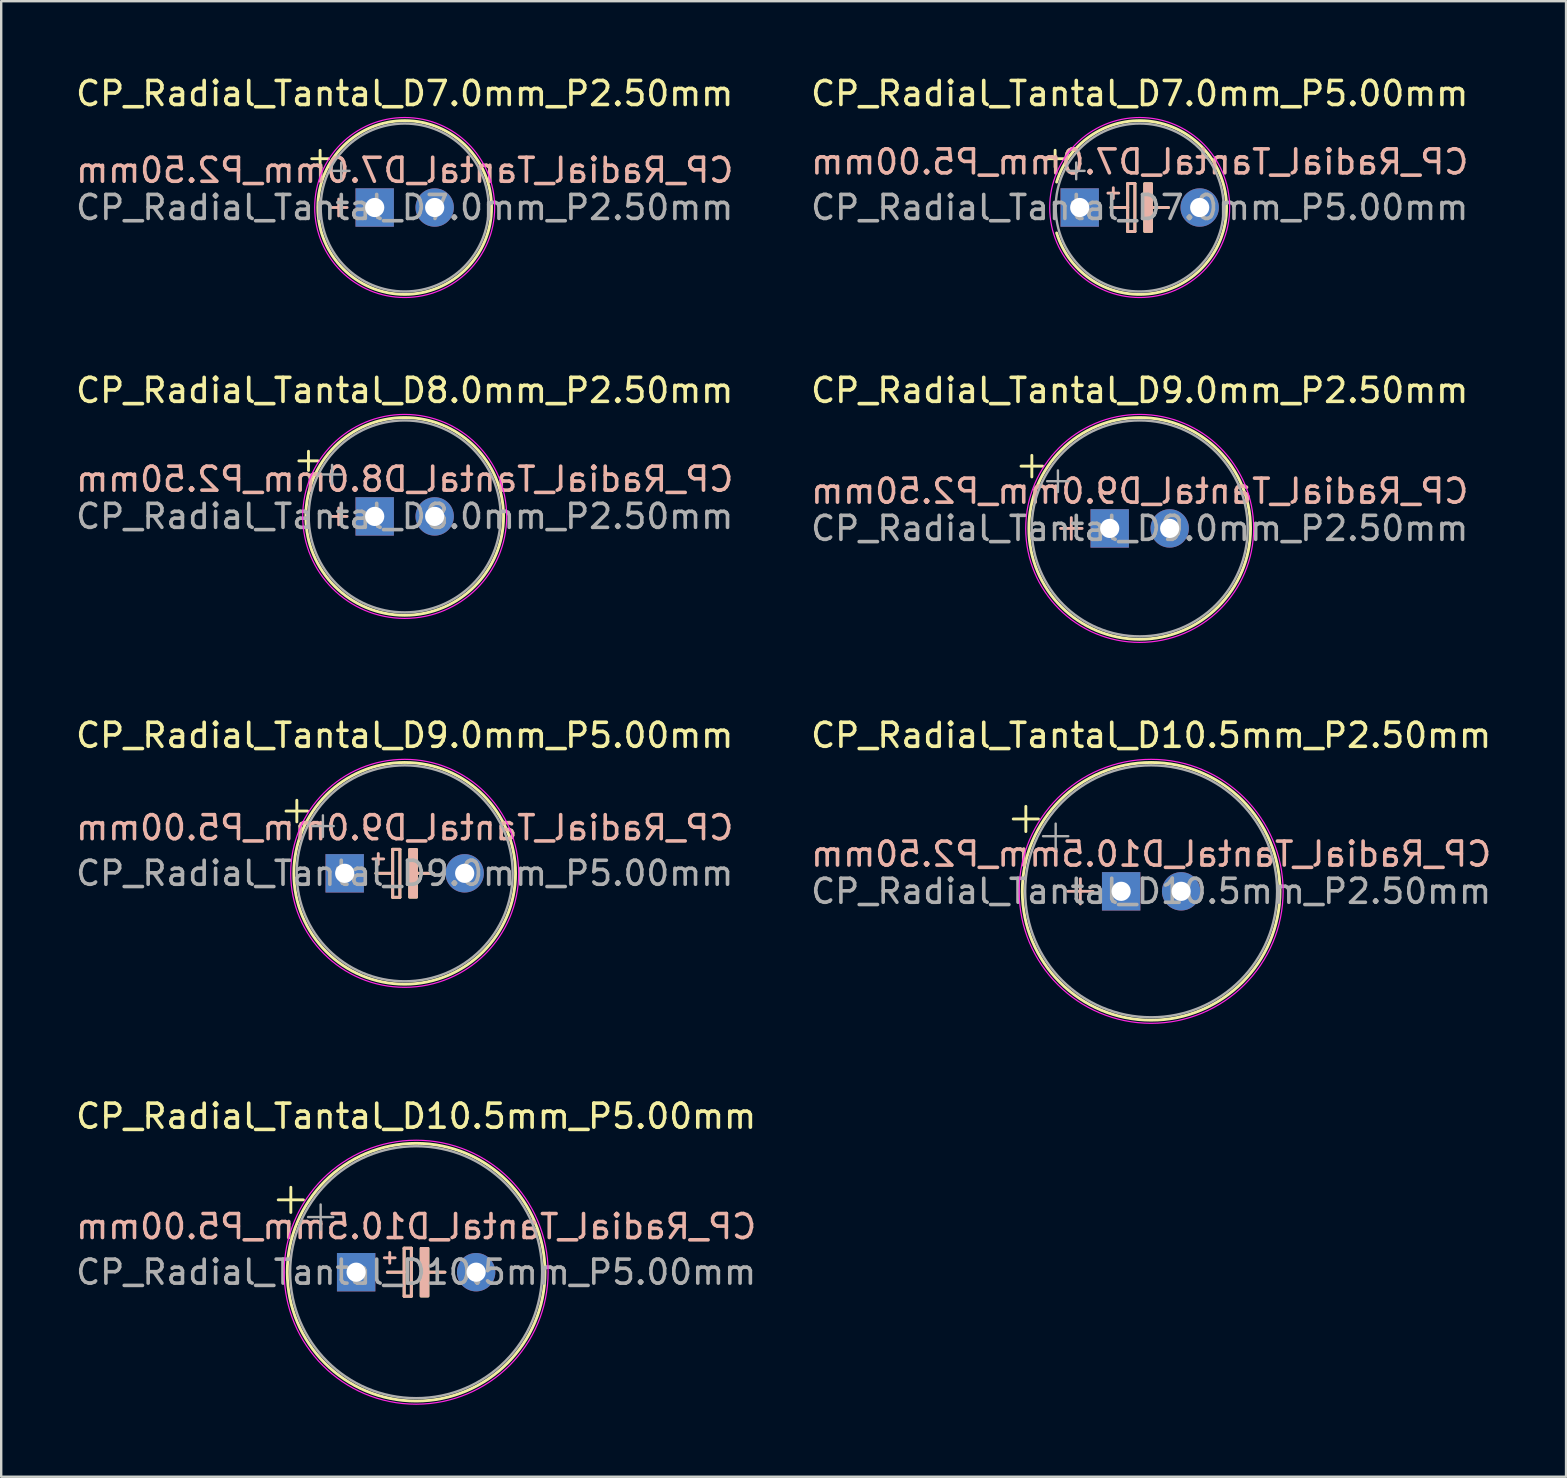
<source format=kicad_pcb>
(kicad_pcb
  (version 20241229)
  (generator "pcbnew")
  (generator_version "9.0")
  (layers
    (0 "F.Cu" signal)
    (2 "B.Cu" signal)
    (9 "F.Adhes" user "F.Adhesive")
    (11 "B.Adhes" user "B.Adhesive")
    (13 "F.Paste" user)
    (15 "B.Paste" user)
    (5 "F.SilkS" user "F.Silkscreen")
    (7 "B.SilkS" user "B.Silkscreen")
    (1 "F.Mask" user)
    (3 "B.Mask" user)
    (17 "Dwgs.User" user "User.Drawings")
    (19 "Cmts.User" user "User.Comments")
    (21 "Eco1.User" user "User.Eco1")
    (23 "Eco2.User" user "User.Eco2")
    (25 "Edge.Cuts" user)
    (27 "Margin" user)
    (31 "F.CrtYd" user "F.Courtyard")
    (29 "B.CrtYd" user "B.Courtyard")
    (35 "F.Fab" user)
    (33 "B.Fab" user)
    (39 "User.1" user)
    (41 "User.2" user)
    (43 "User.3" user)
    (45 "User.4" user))
  (footprint "CP_Radial_Tantal_D10.5mm_P2.50mm"
    (layer "F.Cu")
    (at 43.673 34.095)
    (property "Reference" "CP_Radial_Tantal_D10.5mm_P2.50mm" (at 1.25 -6.5 0) (layer "F.SilkS") (effects (font (size 1 1) (thickness 0.15))))
    (fp_line (start -4.497 -3.015) (end -3.447 -3.015) (stroke (width 0.12) (type solid)) (layer "F.SilkS"))
    (fp_line (start -3.972 -3.54) (end -3.972 -2.49) (stroke (width 0.12) (type solid)) (layer "F.SilkS"))
    (fp_circle (center 1.25 0) (end 6.62 0) (stroke (width 0.12) (type solid)) (fill no) (layer "F.SilkS"))
    (fp_line (start -1.7 -0.525) (end -1.7 0.525) (stroke (width 0.12) (type solid)) (layer "B.SilkS"))
    (fp_line (start -1.175 0) (end -2.225 0) (stroke (width 0.12) (type solid)) (layer "B.SilkS"))
    (fp_circle (center 1.25 0) (end 6.75 0) (stroke (width 0.05) (type solid)) (fill no) (layer "F.CrtYd"))
    (fp_line (start -3.254 -2.297) (end -2.204 -2.297) (stroke (width 0.1) (type solid)) (layer "F.Fab"))
    (fp_line (start -2.729 -2.822) (end -2.729 -1.772) (stroke (width 0.1) (type solid)) (layer "F.Fab"))
    (fp_circle (center 1.25 0) (end 6.5 0) (stroke (width 0.1) (type solid)) (fill no) (layer "F.Fab"))
    (fp_text user "${REFERENCE}" (at 1.25 -1.55 0) (layer "B.SilkS") (effects (font (size 1 1) (thickness 0.15)) (justify mirror)))
    (fp_text user "${REFERENCE}" (at 1.25 0 0) (layer "F.Fab") (effects (font (size 1 1) (thickness 0.15))))
    (pad "1" thru_hole rect (at 0 0) (size 1.6 1.6) (drill 0.8) (layers "*.Cu" "*.Mask"))
    (pad "2" thru_hole circle (at 2.5 0) (size 1.6 1.6) (drill 0.8) (layers "*.Cu" "*.Mask")))
  (footprint "CP_Radial_Tantal_D7.0mm_P2.50mm"
    (layer "F.Cu")
    (at 12.565 5.598)
    (property "Reference" "CP_Radial_Tantal_D7.0mm_P2.50mm" (at 1.25 -4.75 0) (layer "F.SilkS") (effects (font (size 1 1) (thickness 0.15))))
    (fp_line (start -2.625 -2.035) (end -1.925 -2.035) (stroke (width 0.12) (type solid)) (layer "F.SilkS"))
    (fp_line (start -2.275 -2.385) (end -2.275 -1.685) (stroke (width 0.12) (type solid)) (layer "F.SilkS"))
    (fp_circle (center 1.25 0) (end 4.87 0) (stroke (width 0.12) (type solid)) (fill no) (layer "F.SilkS"))
    (fp_line (start -1.5 -0.35) (end -1.5 0.35) (stroke (width 0.12) (type solid)) (layer "B.SilkS"))
    (fp_line (start -1.15 0) (end -1.85 0) (stroke (width 0.12) (type solid)) (layer "B.SilkS"))
    (fp_circle (center 1.25 0) (end 5 0) (stroke (width 0.05) (type solid)) (fill no) (layer "F.CrtYd"))
    (fp_line (start -1.746 -1.528) (end -1.046 -1.528) (stroke (width 0.1) (type solid)) (layer "F.Fab"))
    (fp_line (start -1.396 -1.877) (end -1.396 -1.177) (stroke (width 0.1) (type solid)) (layer "F.Fab"))
    (fp_circle (center 1.25 0) (end 4.75 0) (stroke (width 0.1) (type solid)) (fill no) (layer "F.Fab"))
    (fp_text user "${REFERENCE}" (at 1.25 -1.55 0) (layer "B.SilkS") (effects (font (size 1 1) (thickness 0.15)) (justify mirror)))
    (fp_text user "${REFERENCE}" (at 1.25 0 0) (layer "F.Fab") (effects (font (size 1 1) (thickness 0.15))))
    (pad "1" thru_hole rect (at 0 0) (size 1.6 1.6) (drill 0.8) (layers "*.Cu" "*.Mask"))
    (pad "2" thru_hole circle (at 2.5 0) (size 1.6 1.6) (drill 0.8) (layers "*.Cu" "*.Mask")))
  (footprint "CP_Radial_Tantal_D8.0mm_P2.50mm"
    (layer "F.Cu")
    (at 12.565 18.471)
    (property "Reference" "CP_Radial_Tantal_D8.0mm_P2.50mm" (at 1.25 -5.25 0) (layer "F.SilkS") (effects (font (size 1 1) (thickness 0.15))))
    (fp_line (start -3.16 -2.315) (end -2.36 -2.315) (stroke (width 0.12) (type solid)) (layer "F.SilkS"))
    (fp_line (start -2.76 -2.715) (end -2.76 -1.915) (stroke (width 0.12) (type solid)) (layer "F.SilkS"))
    (fp_circle (center 1.25 0) (end 5.37 0) (stroke (width 0.12) (type solid)) (fill no) (layer "F.SilkS"))
    (fp_line (start -1.5 -0.35) (end -1.5 0.35) (stroke (width 0.12) (type solid)) (layer "B.SilkS"))
    (fp_line (start -1.15 0) (end -1.85 0) (stroke (width 0.12) (type solid)) (layer "B.SilkS"))
    (fp_circle (center 1.25 0) (end 5.5 0) (stroke (width 0.05) (type solid)) (fill no) (layer "F.CrtYd"))
    (fp_line (start -2.177 -1.748) (end -1.377 -1.748) (stroke (width 0.1) (type solid)) (layer "F.Fab"))
    (fp_line (start -1.777 -2.147) (end -1.777 -1.347) (stroke (width 0.1) (type solid)) (layer "F.Fab"))
    (fp_circle (center 1.25 0) (end 5.25 0) (stroke (width 0.1) (type solid)) (fill no) (layer "F.Fab"))
    (fp_text user "${REFERENCE}" (at 1.25 -1.55 0) (layer "B.SilkS") (effects (font (size 1 1) (thickness 0.15)) (justify mirror)))
    (fp_text user "${REFERENCE}" (at 1.25 0 0) (layer "F.Fab") (effects (font (size 1 1) (thickness 0.15))))
    (pad "1" thru_hole rect (at 0 0) (size 1.6 1.6) (drill 0.8) (layers "*.Cu" "*.Mask"))
    (pad "2" thru_hole circle (at 2.5 0) (size 1.6 1.6) (drill 0.8) (layers "*.Cu" "*.Mask")))
  (footprint "CP_Radial_Tantal_D7.0mm_P5.00mm"
    (layer "F.Cu")
    (at 41.946 5.598)
    (property "Reference" "CP_Radial_Tantal_D7.0mm_P5.00mm" (at 2.5 -4.75 0) (layer "F.SilkS") (effects (font (size 1 1) (thickness 0.15))))
    (fp_line (start -1.375 -2.035) (end -0.675 -2.035) (stroke (width 0.12) (type solid)) (layer "F.SilkS"))
    (fp_line (start -1.025 -2.385) (end -1.025 -1.685) (stroke (width 0.12) (type solid)) (layer "F.SilkS"))
    (fp_line (start 1.3 0) (end 2 0) (stroke (width 0.12) (type solid)) (layer "F.SilkS"))
    (fp_line (start 2 -1) (end 2.3 -1) (stroke (width 0.12) (type solid)) (layer "F.SilkS"))
    (fp_line (start 2 1) (end 2 -1) (stroke (width 0.12) (type solid)) (layer "F.SilkS"))
    (fp_line (start 2.3 -1) (end 2.3 1) (stroke (width 0.12) (type solid)) (layer "F.SilkS"))
    (fp_line (start 2.3 1) (end 2 1) (stroke (width 0.12) (type solid)) (layer "F.SilkS"))
    (fp_line (start 3.7 0) (end 3 0) (stroke (width 0.12) (type solid)) (layer "F.SilkS"))
    (fp_arc (start -0.961329 -1.06) (mid 6.12 0) (end -0.961329 1.06) (stroke (width 0.12) (type solid)) (layer "F.SilkS"))
    (fp_poly (pts (xy 3 1) (xy 2.7 1) (xy 2.7 -1) (xy 3 -1)) (stroke (width 0.1) (type solid)) (fill yes) (layer "F.SilkS"))
    (fp_line (start 1.3 0) (end 2 0) (stroke (width 0.12) (type solid)) (layer "B.SilkS"))
    (fp_line (start 1.4 -0.825) (end 1.4 -0.375) (stroke (width 0.12) (type solid)) (layer "B.SilkS"))
    (fp_line (start 1.625 -0.6) (end 1.175 -0.6) (stroke (width 0.12) (type solid)) (layer "B.SilkS"))
    (fp_line (start 2 -1) (end 2.3 -1) (stroke (width 0.12) (type solid)) (layer "B.SilkS"))
    (fp_line (start 2 1) (end 2 -1) (stroke (width 0.12) (type solid)) (layer "B.SilkS"))
    (fp_line (start 2.3 -1) (end 2.3 1) (stroke (width 0.12) (type solid)) (layer "B.SilkS"))
    (fp_line (start 2.3 1) (end 2 1) (stroke (width 0.12) (type solid)) (layer "B.SilkS"))
    (fp_line (start 3.7 0) (end 3 0) (stroke (width 0.12) (type solid)) (layer "B.SilkS"))
    (fp_poly (pts (xy 3 1) (xy 2.7 1) (xy 2.7 -1) (xy 3 -1)) (stroke (width 0.1) (type solid)) (fill yes) (layer "B.SilkS"))
    (fp_circle (center 2.5 0) (end 6.25 0) (stroke (width 0.05) (type solid)) (fill no) (layer "F.CrtYd"))
    (fp_line (start -0.496 -1.528) (end 0.204 -1.528) (stroke (width 0.1) (type solid)) (layer "F.Fab"))
    (fp_line (start -0.146 -1.877) (end -0.146 -1.177) (stroke (width 0.1) (type solid)) (layer "F.Fab"))
    (fp_circle (center 2.5 0) (end 6 0) (stroke (width 0.1) (type solid)) (fill no) (layer "F.Fab"))
    (fp_text user "${REFERENCE}" (at 2.5 -1.9 0) (layer "B.SilkS") (effects (font (size 1 1) (thickness 0.15)) (justify mirror)))
    (fp_text user "${REFERENCE}" (at 2.5 0 0) (layer "F.Fab") (effects (font (size 1 1) (thickness 0.15))))
    (pad "1" thru_hole rect (at 0 0) (size 1.6 1.6) (drill 0.8) (layers "*.Cu" "*.Mask"))
    (pad "2" thru_hole circle (at 5 0) (size 1.6 1.6) (drill 0.8) (layers "*.Cu" "*.Mask")))
  (footprint "CP_Radial_Tantal_D10.5mm_P5.00mm"
    (layer "F.Cu")
    (at 11.792 49.968)
    (property "Reference" "CP_Radial_Tantal_D10.5mm_P5.00mm" (at 2.5 -6.5 0) (layer "F.SilkS") (effects (font (size 1 1) (thickness 0.15))))
    (fp_line (start -3.247 -3.015) (end -2.197 -3.015) (stroke (width 0.12) (type solid)) (layer "F.SilkS"))
    (fp_line (start -2.722 -3.54) (end -2.722 -2.49) (stroke (width 0.12) (type solid)) (layer "F.SilkS"))
    (fp_line (start 1.3 0) (end 2 0) (stroke (width 0.12) (type solid)) (layer "F.SilkS"))
    (fp_line (start 2 -1) (end 2.3 -1) (stroke (width 0.12) (type solid)) (layer "F.SilkS"))
    (fp_line (start 2 1) (end 2 -1) (stroke (width 0.12) (type solid)) (layer "F.SilkS"))
    (fp_line (start 2.3 -1) (end 2.3 1) (stroke (width 0.12) (type solid)) (layer "F.SilkS"))
    (fp_line (start 2.3 1) (end 2 1) (stroke (width 0.12) (type solid)) (layer "F.SilkS"))
    (fp_line (start 3.7 0) (end 3 0) (stroke (width 0.12) (type solid)) (layer "F.SilkS"))
    (fp_circle (center 2.5 0) (end 7.87 0) (stroke (width 0.12) (type solid)) (fill no) (layer "F.SilkS"))
    (fp_poly (pts (xy 3 1) (xy 2.7 1) (xy 2.7 -1) (xy 3 -1)) (stroke (width 0.1) (type solid)) (fill yes) (layer "F.SilkS"))
    (fp_line (start 1.3 0) (end 2 0) (stroke (width 0.12) (type solid)) (layer "B.SilkS"))
    (fp_line (start 1.4 -0.825) (end 1.4 -0.375) (stroke (width 0.12) (type solid)) (layer "B.SilkS"))
    (fp_line (start 1.625 -0.6) (end 1.175 -0.6) (stroke (width 0.12) (type solid)) (layer "B.SilkS"))
    (fp_line (start 2 -1) (end 2.3 -1) (stroke (width 0.12) (type solid)) (layer "B.SilkS"))
    (fp_line (start 2 1) (end 2 -1) (stroke (width 0.12) (type solid)) (layer "B.SilkS"))
    (fp_line (start 2.3 -1) (end 2.3 1) (stroke (width 0.12) (type solid)) (layer "B.SilkS"))
    (fp_line (start 2.3 1) (end 2 1) (stroke (width 0.12) (type solid)) (layer "B.SilkS"))
    (fp_line (start 3.7 0) (end 3 0) (stroke (width 0.12) (type solid)) (layer "B.SilkS"))
    (fp_poly (pts (xy 3 1) (xy 2.7 1) (xy 2.7 -1) (xy 3 -1)) (stroke (width 0.1) (type solid)) (fill yes) (layer "B.SilkS"))
    (fp_circle (center 2.5 0) (end 8 0) (stroke (width 0.05) (type solid)) (fill no) (layer "F.CrtYd"))
    (fp_line (start -2.004 -2.297) (end -0.954 -2.297) (stroke (width 0.1) (type solid)) (layer "F.Fab"))
    (fp_line (start -1.479 -2.822) (end -1.479 -1.772) (stroke (width 0.1) (type solid)) (layer "F.Fab"))
    (fp_circle (center 2.5 0) (end 7.75 0) (stroke (width 0.1) (type solid)) (fill no) (layer "F.Fab"))
    (fp_text user "${REFERENCE}" (at 2.5 -1.9 0) (layer "B.SilkS") (effects (font (size 1 1) (thickness 0.15)) (justify mirror)))
    (fp_text user "${REFERENCE}" (at 2.5 0 0) (layer "F.Fab") (effects (font (size 1 1) (thickness 0.15))))
    (pad "1" thru_hole rect (at 0 0) (size 1.6 1.6) (drill 0.8) (layers "*.Cu" "*.Mask"))
    (pad "2" thru_hole circle (at 5 0) (size 1.6 1.6) (drill 0.8) (layers "*.Cu" "*.Mask")))
  (footprint "CP_Radial_Tantal_D9.0mm_P2.50mm"
    (layer "F.Cu")
    (at 43.196 18.971)
    (property "Reference" "CP_Radial_Tantal_D9.0mm_P2.50mm" (at 1.25 -5.75 0) (layer "F.SilkS") (effects (font (size 1 1) (thickness 0.15))))
    (fp_line (start -3.695 -2.595) (end -2.795 -2.595) (stroke (width 0.12) (type solid)) (layer "F.SilkS"))
    (fp_line (start -3.245 -3.045) (end -3.245 -2.145) (stroke (width 0.12) (type solid)) (layer "F.SilkS"))
    (fp_circle (center 1.25 0) (end 5.87 0) (stroke (width 0.12) (type solid)) (fill no) (layer "F.SilkS"))
    (fp_line (start -1.6 -0.45) (end -1.6 0.45) (stroke (width 0.12) (type solid)) (layer "B.SilkS"))
    (fp_line (start -1.15 0) (end -2.05 0) (stroke (width 0.12) (type solid)) (layer "B.SilkS"))
    (fp_circle (center 1.25 0) (end 6 0) (stroke (width 0.05) (type solid)) (fill no) (layer "F.CrtYd"))
    (fp_line (start -2.608 -1.968) (end -1.708 -1.968) (stroke (width 0.1) (type solid)) (layer "F.Fab"))
    (fp_line (start -2.158 -2.417) (end -2.158 -1.518) (stroke (width 0.1) (type solid)) (layer "F.Fab"))
    (fp_circle (center 1.25 0) (end 5.75 0) (stroke (width 0.1) (type solid)) (fill no) (layer "F.Fab"))
    (fp_text user "${REFERENCE}" (at 1.25 -1.55 0) (layer "B.SilkS") (effects (font (size 1 1) (thickness 0.15)) (justify mirror)))
    (fp_text user "${REFERENCE}" (at 1.25 0 0) (layer "F.Fab") (effects (font (size 1 1) (thickness 0.15))))
    (pad "1" thru_hole rect (at 0 0) (size 1.6 1.6) (drill 0.8) (layers "*.Cu" "*.Mask"))
    (pad "2" thru_hole circle (at 2.5 0) (size 1.6 1.6) (drill 0.8) (layers "*.Cu" "*.Mask")))
  (footprint "CP_Radial_Tantal_D9.0mm_P5.00mm"
    (layer "F.Cu")
    (at 11.315 33.345)
    (property "Reference" "CP_Radial_Tantal_D9.0mm_P5.00mm" (at 2.5 -5.75 0) (layer "F.SilkS") (effects (font (size 1 1) (thickness 0.15))))
    (fp_line (start -2.445 -2.595) (end -1.545 -2.595) (stroke (width 0.12) (type solid)) (layer "F.SilkS"))
    (fp_line (start -1.995 -3.045) (end -1.995 -2.145) (stroke (width 0.12) (type solid)) (layer "F.SilkS"))
    (fp_line (start 1.3 0) (end 2 0) (stroke (width 0.12) (type solid)) (layer "F.SilkS"))
    (fp_line (start 2 -1) (end 2.3 -1) (stroke (width 0.12) (type solid)) (layer "F.SilkS"))
    (fp_line (start 2 1) (end 2 -1) (stroke (width 0.12) (type solid)) (layer "F.SilkS"))
    (fp_line (start 2.3 -1) (end 2.3 1) (stroke (width 0.12) (type solid)) (layer "F.SilkS"))
    (fp_line (start 2.3 1) (end 2 1) (stroke (width 0.12) (type solid)) (layer "F.SilkS"))
    (fp_line (start 3.7 0) (end 3 0) (stroke (width 0.12) (type solid)) (layer "F.SilkS"))
    (fp_circle (center 2.5 0) (end 7.12 0) (stroke (width 0.12) (type solid)) (fill no) (layer "F.SilkS"))
    (fp_poly (pts (xy 3 1) (xy 2.7 1) (xy 2.7 -1) (xy 3 -1)) (stroke (width 0.1) (type solid)) (fill yes) (layer "F.SilkS"))
    (fp_line (start 1.3 0) (end 2 0) (stroke (width 0.12) (type solid)) (layer "B.SilkS"))
    (fp_line (start 1.4 -0.825) (end 1.4 -0.375) (stroke (width 0.12) (type solid)) (layer "B.SilkS"))
    (fp_line (start 1.625 -0.6) (end 1.175 -0.6) (stroke (width 0.12) (type solid)) (layer "B.SilkS"))
    (fp_line (start 2 -1) (end 2.3 -1) (stroke (width 0.12) (type solid)) (layer "B.SilkS"))
    (fp_line (start 2 1) (end 2 -1) (stroke (width 0.12) (type solid)) (layer "B.SilkS"))
    (fp_line (start 2.3 -1) (end 2.3 1) (stroke (width 0.12) (type solid)) (layer "B.SilkS"))
    (fp_line (start 2.3 1) (end 2 1) (stroke (width 0.12) (type solid)) (layer "B.SilkS"))
    (fp_line (start 3.7 0) (end 3 0) (stroke (width 0.12) (type solid)) (layer "B.SilkS"))
    (fp_poly (pts (xy 3 1) (xy 2.7 1) (xy 2.7 -1) (xy 3 -1)) (stroke (width 0.1) (type solid)) (fill yes) (layer "B.SilkS"))
    (fp_circle (center 2.5 0) (end 7.25 0) (stroke (width 0.05) (type solid)) (fill no) (layer "F.CrtYd"))
    (fp_line (start -1.358 -1.968) (end -0.458 -1.968) (stroke (width 0.1) (type solid)) (layer "F.Fab"))
    (fp_line (start -0.908 -2.417) (end -0.908 -1.518) (stroke (width 0.1) (type solid)) (layer "F.Fab"))
    (fp_circle (center 2.5 0) (end 7 0) (stroke (width 0.1) (type solid)) (fill no) (layer "F.Fab"))
    (fp_text user "${REFERENCE}" (at 2.5 -1.9 0) (layer "B.SilkS") (effects (font (size 1 1) (thickness 0.15)) (justify mirror)))
    (fp_text user "${REFERENCE}" (at 2.5 0 0) (layer "F.Fab") (effects (font (size 1 1) (thickness 0.15))))
    (pad "1" thru_hole rect (at 0 0) (size 1.6 1.6) (drill 0.8) (layers "*.Cu" "*.Mask"))
    (pad "2" thru_hole circle (at 5 0) (size 1.6 1.6) (drill 0.8) (layers "*.Cu" "*.Mask")))
  (gr_rect
    (start -3 -3)
    (end 62.214 58.493)
    (stroke (width 0.1) (type default))
    (fill no)
    (layer "Edge.Cuts")))
</source>
